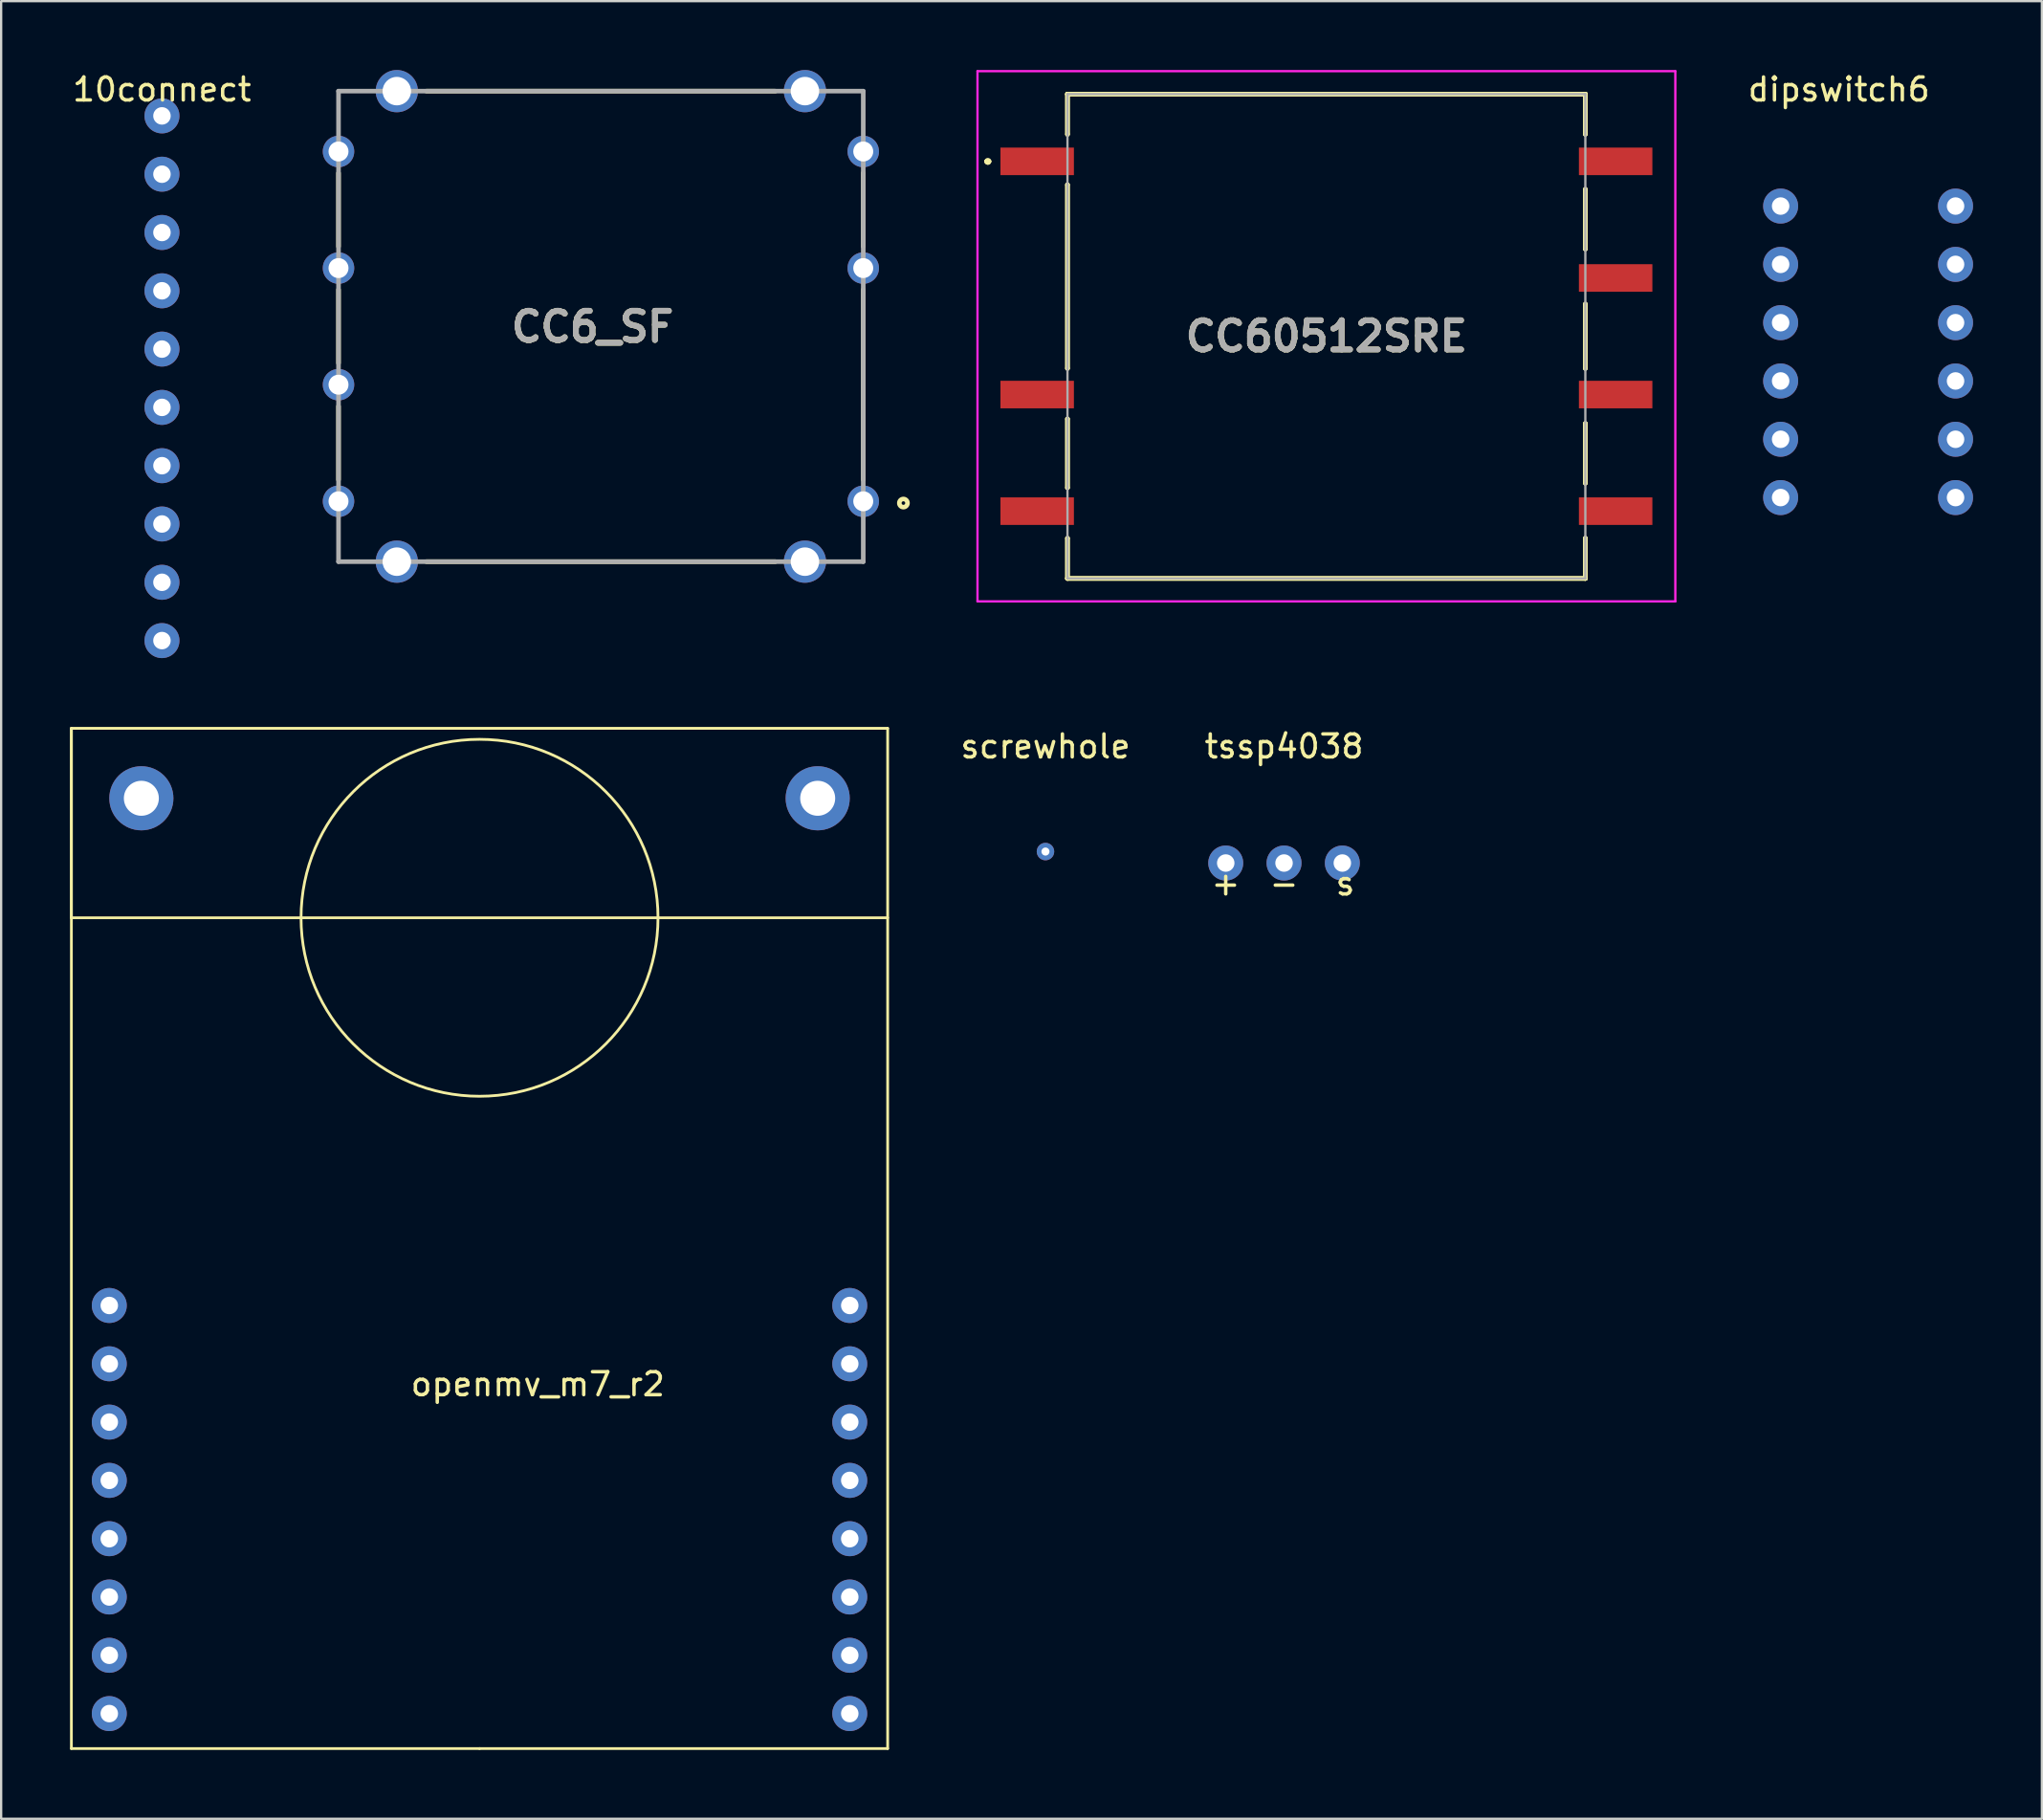
<source format=kicad_pcb>
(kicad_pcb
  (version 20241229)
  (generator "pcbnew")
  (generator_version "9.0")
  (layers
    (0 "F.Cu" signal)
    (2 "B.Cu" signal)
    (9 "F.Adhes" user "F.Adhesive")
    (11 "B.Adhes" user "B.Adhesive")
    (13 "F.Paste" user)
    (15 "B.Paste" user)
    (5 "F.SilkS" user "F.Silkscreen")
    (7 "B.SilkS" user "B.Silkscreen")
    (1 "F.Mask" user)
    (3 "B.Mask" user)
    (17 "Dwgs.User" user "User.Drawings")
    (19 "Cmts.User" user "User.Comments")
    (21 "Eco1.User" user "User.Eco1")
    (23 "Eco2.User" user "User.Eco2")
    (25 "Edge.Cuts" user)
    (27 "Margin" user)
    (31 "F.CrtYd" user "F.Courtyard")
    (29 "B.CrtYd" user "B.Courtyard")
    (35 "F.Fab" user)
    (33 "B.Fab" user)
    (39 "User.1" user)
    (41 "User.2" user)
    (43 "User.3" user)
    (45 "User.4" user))
  (footprint "tssp4038"
    (layer "F.Cu")
    (at 52.888 34.55)
    (property "Reference" "tssp4038" (at 0 -5.08 0) (layer "F.SilkS") (effects (font (size 1 1) (thickness 0.15))))
    (attr through_hole)
    (fp_text user "s" (at 2.667 0.889 0) (layer "F.SilkS") (effects (font (size 1 1) (thickness 0.15))))
    (fp_text user "-" (at 0 0.889 0) (layer "F.SilkS") (effects (font (size 1 1) (thickness 0.15))))
    (fp_text user "+" (at -2.54 0.889 0) (layer "F.SilkS") (effects (font (size 1 1) (thickness 0.15))))
    (pad "1" thru_hole circle (at -2.54 0) (size 1.524 1.524) (drill 0.762) (layers "*.Cu" "*.Mask"))
    (pad "2" thru_hole circle (at 0 0) (size 1.524 1.524) (drill 0.762) (layers "*.Cu" "*.Mask"))
    (pad "3" thru_hole circle (at 2.54 0) (size 1.524 1.524) (drill 0.762) (layers "*.Cu" "*.Mask")))
  (footprint "dipswitch6"
    (layer "F.Cu")
    (at 77.062 11.008)
    (property "Reference" "dipswitch6" (at 0 -10.16 0) (layer "F.SilkS") (effects (font (size 1 1) (thickness 0.15))))
    (attr through_hole)
    (pad "1" thru_hole circle (at -2.54 -5.08) (size 1.524 1.524) (drill 0.762) (layers "*.Cu" "*.Mask"))
    (pad "2" thru_hole circle (at -2.54 -2.54) (size 1.524 1.524) (drill 0.762) (layers "*.Cu" "*.Mask"))
    (pad "3" thru_hole circle (at -2.54 0) (size 1.524 1.524) (drill 0.762) (layers "*.Cu" "*.Mask"))
    (pad "4" thru_hole circle (at -2.54 2.54) (size 1.524 1.524) (drill 0.762) (layers "*.Cu" "*.Mask"))
    (pad "5" thru_hole circle (at -2.54 5.08) (size 1.524 1.524) (drill 0.762) (layers "*.Cu" "*.Mask"))
    (pad "6" thru_hole circle (at -2.54 7.62) (size 1.524 1.524) (drill 0.762) (layers "*.Cu" "*.Mask"))
    (pad "7" thru_hole circle (at 5.08 7.62) (size 1.524 1.524) (drill 0.762) (layers "*.Cu" "*.Mask"))
    (pad "8" thru_hole circle (at 5.08 5.08) (size 1.524 1.524) (drill 0.762) (layers "*.Cu" "*.Mask"))
    (pad "9" thru_hole circle (at 5.08 2.54) (size 1.524 1.524) (drill 0.762) (layers "*.Cu" "*.Mask"))
    (pad "10" thru_hole circle (at 5.08 0) (size 1.524 1.524) (drill 0.762) (layers "*.Cu" "*.Mask"))
    (pad "11" thru_hole circle (at 5.08 -2.54) (size 1.524 1.524) (drill 0.762) (layers "*.Cu" "*.Mask"))
    (pad "12" thru_hole circle (at 5.08 -5.08) (size 1.524 1.524) (drill 0.762) (layers "*.Cu" "*.Mask")))
  (footprint "10connect"
    (layer "F.Cu")
    (at 4.006 9.619)
    (property "Reference" "10connect" (at 0 -8.771 0) (layer "F.SilkS") (effects (font (size 1 1) (thickness 0.15))))
    (attr through_hole)
    (pad "1" thru_hole circle (at 0 -7.62) (size 1.524 1.524) (drill 0.762) (layers "*.Cu" "*.Mask"))
    (pad "2" thru_hole circle (at 0 -5.08) (size 1.524 1.524) (drill 0.762) (layers "*.Cu" "*.Mask"))
    (pad "3" thru_hole circle (at 0 -2.54) (size 1.524 1.524) (drill 0.762) (layers "*.Cu" "*.Mask"))
    (pad "4" thru_hole circle (at 0 0) (size 1.524 1.524) (drill 0.762) (layers "*.Cu" "*.Mask"))
    (pad "5" thru_hole circle (at 0 2.54) (size 1.524 1.524) (drill 0.762) (layers "*.Cu" "*.Mask"))
    (pad "6" thru_hole circle (at 0 5.08) (size 1.524 1.524) (drill 0.762) (layers "*.Cu" "*.Mask"))
    (pad "7" thru_hole circle (at 0 7.62) (size 1.524 1.524) (drill 0.762) (layers "*.Cu" "*.Mask"))
    (pad "8" thru_hole circle (at 0 10.16) (size 1.524 1.524) (drill 0.762) (layers "*.Cu" "*.Mask"))
    (pad "9" thru_hole circle (at 0 12.7) (size 1.524 1.524) (drill 0.762) (layers "*.Cu" "*.Mask"))
    (pad "10" thru_hole circle (at 0 15.24) (size 1.524 1.524) (drill 0.762) (layers "*.Cu" "*.Mask")))
  (footprint "openmv_m7_r2"
    (layer "F.Cu")
    (at 17.84 50.906)
    (property "Reference" "openmv_m7_r2" (at 2.54 6.35 0) (layer "F.SilkS") (effects (font (size 1 1) (thickness 0.15))))
    (attr through_hole)
    (fp_line (start -17.78 -22.225) (end -17.78 -13.97) (stroke (width 0.12) (type solid)) (layer "F.SilkS"))
    (fp_line (start -17.78 -22.225) (end -17.78 22.225) (stroke (width 0.12) (type solid)) (layer "F.SilkS"))
    (fp_line (start -17.78 -13.97) (end 17.78 -13.97) (stroke (width 0.12) (type solid)) (layer "F.SilkS"))
    (fp_line (start -17.78 22.225) (end 0 22.225) (stroke (width 0.12) (type solid)) (layer "F.SilkS"))
    (fp_line (start 0 22.225) (end 17.78 22.225) (stroke (width 0.12) (type solid)) (layer "F.SilkS"))
    (fp_line (start 17.78 -22.225) (end -17.78 -22.225) (stroke (width 0.12) (type solid)) (layer "F.SilkS"))
    (fp_line (start 17.78 22.225) (end 17.78 -22.225) (stroke (width 0.12) (type solid)) (layer "F.SilkS"))
    (fp_circle (center 0 -13.97) (end 6.096 -18.796) (stroke (width 0.12) (type solid)) (fill no) (layer "F.SilkS"))
    (pad "2" thru_hole circle (at -16.129 2.921) (size 1.524 1.524) (drill 0.762) (layers "*.Cu" "*.Mask"))
    (pad "3" thru_hole circle (at -16.129 5.461) (size 1.524 1.524) (drill 0.762) (layers "*.Cu" "*.Mask"))
    (pad "4" thru_hole circle (at -16.129 8.001) (size 1.524 1.524) (drill 0.762) (layers "*.Cu" "*.Mask"))
    (pad "5" thru_hole circle (at -16.129 10.541) (size 1.524 1.524) (drill 0.762) (layers "*.Cu" "*.Mask"))
    (pad "6" thru_hole circle (at -16.129 13.081) (size 1.524 1.524) (drill 0.762) (layers "*.Cu" "*.Mask"))
    (pad "7" thru_hole circle (at -16.129 15.621) (size 1.524 1.524) (drill 0.762) (layers "*.Cu" "*.Mask"))
    (pad "8" thru_hole circle (at -16.129 18.161) (size 1.524 1.524) (drill 0.762) (layers "*.Cu" "*.Mask"))
    (pad "9" thru_hole circle (at -16.129 20.701) (size 1.524 1.524) (drill 0.762) (layers "*.Cu" "*.Mask"))
    (pad "10" thru_hole circle (at 16.129 2.921) (size 1.524 1.524) (drill 0.762) (layers "*.Cu" "*.Mask"))
    (pad "11" thru_hole circle (at 16.129 5.461) (size 1.524 1.524) (drill 0.762) (layers "*.Cu" "*.Mask"))
    (pad "12" thru_hole circle (at 16.129 8.001) (size 1.524 1.524) (drill 0.762) (layers "*.Cu" "*.Mask"))
    (pad "13" thru_hole circle (at 16.129 10.541) (size 1.524 1.524) (drill 0.762) (layers "*.Cu" "*.Mask"))
    (pad "14" thru_hole circle (at 16.129 13.081) (size 1.524 1.524) (drill 0.762) (layers "*.Cu" "*.Mask"))
    (pad "15" thru_hole circle (at 16.129 15.621) (size 1.524 1.524) (drill 0.762) (layers "*.Cu" "*.Mask"))
    (pad "16" thru_hole circle (at 16.129 18.161) (size 1.524 1.524) (drill 0.762) (layers "*.Cu" "*.Mask"))
    (pad "17" thru_hole circle (at 16.129 20.701) (size 1.524 1.524) (drill 0.762) (layers "*.Cu" "*.Mask"))
    (pad "screw" thru_hole circle (at -14.732 -19.177) (size 2.794 2.794) (drill 1.524) (layers "*.Cu" "*.Mask"))
    (pad "screw" thru_hole circle (at 14.732 -19.177) (size 2.794 2.794) (drill 1.524) (layers "*.Cu" "*.Mask")))
  (footprint "CC6_SF"
    (layer "F.Cu")
    (at 11.697 6.09)
    (property "Reference" "CC6_SF" (at 11.065 5.098 0) (layer "F.SilkS") (effects (font (size 1.27 1.27) (thickness 0.254))))
    (attr through_hole)
    (fp_line (start 0 -1.6) (end 0 1.6) (stroke (width 0.2) (type solid)) (layer "F.SilkS"))
    (fp_line (start 0 3.48) (end 0 6.68) (stroke (width 0.2) (type solid)) (layer "F.SilkS"))
    (fp_line (start 0 8.56) (end 0 11.76) (stroke (width 0.2) (type solid)) (layer "F.SilkS"))
    (fp_line (start 3.83 -5.17) (end 19.03 -5.17) (stroke (width 0.2) (type solid)) (layer "F.SilkS"))
    (fp_line (start 3.83 15.33) (end 19.03 15.33) (stroke (width 0.2) (type solid)) (layer "F.SilkS"))
    (fp_line (start 22.86 -1.6) (end 22.86 1.6) (stroke (width 0.2) (type solid)) (layer "F.SilkS"))
    (fp_line (start 22.86 3.48) (end 22.86 11.76) (stroke (width 0.2) (type solid)) (layer "F.SilkS"))
    (fp_circle (center 24.609 12.777) (end 24.609 12.855) (stroke (width 0.2) (type solid)) (fill no) (layer "F.SilkS"))
    (fp_line (start 0 -5.17) (end 22.86 -5.17) (stroke (width 0.2) (type solid)) (layer "F.Fab"))
    (fp_line (start 0 15.33) (end 0 -5.17) (stroke (width 0.2) (type solid)) (layer "F.Fab"))
    (fp_line (start 22.86 -5.17) (end 22.86 15.33) (stroke (width 0.2) (type solid)) (layer "F.Fab"))
    (fp_line (start 22.86 15.33) (end 0 15.33) (stroke (width 0.2) (type solid)) (layer "F.Fab"))
    (fp_text user "${REFERENCE}" (at 11.065 5.098 0) (layer "F.Fab") (effects (font (size 1.27 1.27) (thickness 0.254))))
    (pad "1" thru_hole circle (at 22.86 12.7) (size 1.37 1.37) (drill 0.87) (layers "*.Cu" "*.Mask"))
    (pad "2" thru_hole circle (at 22.86 2.54) (size 1.37 1.37) (drill 0.87) (layers "*.Cu" "*.Mask"))
    (pad "3" thru_hole circle (at 22.86 -2.54) (size 1.37 1.37) (drill 0.87) (layers "*.Cu" "*.Mask"))
    (pad "4" thru_hole circle (at 0 -2.54) (size 1.37 1.37) (drill 0.87) (layers "*.Cu" "*.Mask"))
    (pad "5" thru_hole circle (at 0 2.54) (size 1.37 1.37) (drill 0.87) (layers "*.Cu" "*.Mask"))
    (pad "6" thru_hole circle (at 0 7.62) (size 1.37 1.37) (drill 0.87) (layers "*.Cu" "*.Mask"))
    (pad "7" thru_hole circle (at 0 12.7) (size 1.37 1.37) (drill 0.87) (layers "*.Cu" "*.Mask"))
    (pad "8" thru_hole circle (at 2.54 15.33) (size 1.84 1.84) (drill 1.24) (layers "*.Cu" "*.Mask"))
    (pad "9" thru_hole circle (at 20.32 15.33) (size 1.84 1.84) (drill 1.24) (layers "*.Cu" "*.Mask"))
    (pad "10" thru_hole circle (at 20.32 -5.17) (size 1.84 1.84) (drill 1.24) (layers "*.Cu" "*.Mask"))
    (pad "11" thru_hole circle (at 2.54 -5.17) (size 1.84 1.84) (drill 1.24) (layers "*.Cu" "*.Mask")))
  (footprint "screwhole"
    (layer "F.Cu")
    (at 42.495 34.05)
    (property "Reference" "screwhole" (at 0 -4.58 0) (layer "F.SilkS") (effects (font (size 1 1) (thickness 0.15))))
    (attr through_hole)
    (pad "1" thru_hole circle (at 0 0) (size 0.762 0.762) (drill 0.35) (layers "*.Cu" "*.Mask")))
  (footprint "CC60512SRE"
    (layer "F.Cu")
    (at 54.734 11.6)
    (property "Reference" "CC60512SRE" (at 0 0 0) (layer "F.SilkS") (effects (font (size 1.27 1.27) (thickness 0.254))))
    (attr smd)
    (fp_line (start -14.8 -7.62) (end -14.8 -7.62) (stroke (width 0.2) (type solid)) (layer "F.SilkS"))
    (fp_line (start -14.8 -7.62) (end -14.8 -7.62) (stroke (width 0.2) (type solid)) (layer "F.SilkS"))
    (fp_line (start -14.7 -7.62) (end -14.7 -7.62) (stroke (width 0.2) (type solid)) (layer "F.SilkS"))
    (fp_line (start -11.28 -10.55) (end -11.28 -10.55) (stroke (width 0.2) (type solid)) (layer "F.SilkS"))
    (fp_line (start -11.28 -10.55) (end -11.28 -10.55) (stroke (width 0.2) (type solid)) (layer "F.SilkS"))
    (fp_line (start -11.28 -10.55) (end -11.28 -8.8) (stroke (width 0.2) (type solid)) (layer "F.SilkS"))
    (fp_line (start -11.28 -10.55) (end 11.28 -10.55) (stroke (width 0.2) (type solid)) (layer "F.SilkS"))
    (fp_line (start -11.28 -8.8) (end -11.28 -10.55) (stroke (width 0.2) (type solid)) (layer "F.SilkS"))
    (fp_line (start -11.28 -8.8) (end -11.28 -8.8) (stroke (width 0.2) (type solid)) (layer "F.SilkS"))
    (fp_line (start -11.28 -6.6) (end -11.28 -6.6) (stroke (width 0.2) (type solid)) (layer "F.SilkS"))
    (fp_line (start -11.28 -6.6) (end -11.28 1.4) (stroke (width 0.2) (type solid)) (layer "F.SilkS"))
    (fp_line (start -11.28 1.4) (end -11.28 -6.6) (stroke (width 0.2) (type solid)) (layer "F.SilkS"))
    (fp_line (start -11.28 1.4) (end -11.28 1.4) (stroke (width 0.2) (type solid)) (layer "F.SilkS"))
    (fp_line (start -11.28 3.6) (end -11.28 3.6) (stroke (width 0.2) (type solid)) (layer "F.SilkS"))
    (fp_line (start -11.28 3.6) (end -11.28 6.6) (stroke (width 0.2) (type solid)) (layer "F.SilkS"))
    (fp_line (start -11.28 6.6) (end -11.28 3.6) (stroke (width 0.2) (type solid)) (layer "F.SilkS"))
    (fp_line (start -11.28 6.6) (end -11.28 6.6) (stroke (width 0.2) (type solid)) (layer "F.SilkS"))
    (fp_line (start -11.28 8.8) (end -11.28 8.8) (stroke (width 0.2) (type solid)) (layer "F.SilkS"))
    (fp_line (start -11.28 8.8) (end -11.28 10.55) (stroke (width 0.2) (type solid)) (layer "F.SilkS"))
    (fp_line (start -11.28 10.55) (end -11.28 8.8) (stroke (width 0.2) (type solid)) (layer "F.SilkS"))
    (fp_line (start -11.28 10.55) (end -11.28 10.55) (stroke (width 0.2) (type solid)) (layer "F.SilkS"))
    (fp_line (start -11.28 10.55) (end -11.28 10.55) (stroke (width 0.2) (type solid)) (layer "F.SilkS"))
    (fp_line (start -11.28 10.55) (end 11.28 10.55) (stroke (width 0.2) (type solid)) (layer "F.SilkS"))
    (fp_line (start 11.28 -10.55) (end -11.28 -10.55) (stroke (width 0.2) (type solid)) (layer "F.SilkS"))
    (fp_line (start 11.28 -10.55) (end 11.28 -10.55) (stroke (width 0.2) (type solid)) (layer "F.SilkS"))
    (fp_line (start 11.28 -10.55) (end 11.28 -10.55) (stroke (width 0.2) (type solid)) (layer "F.SilkS"))
    (fp_line (start 11.28 -10.55) (end 11.28 -8.8) (stroke (width 0.2) (type solid)) (layer "F.SilkS"))
    (fp_line (start 11.28 -8.8) (end 11.28 -10.55) (stroke (width 0.2) (type solid)) (layer "F.SilkS"))
    (fp_line (start 11.28 -8.8) (end 11.28 -8.8) (stroke (width 0.2) (type solid)) (layer "F.SilkS"))
    (fp_line (start 11.28 -6.4) (end 11.28 -6.4) (stroke (width 0.2) (type solid)) (layer "F.SilkS"))
    (fp_line (start 11.28 -6.4) (end 11.28 -3.8) (stroke (width 0.2) (type solid)) (layer "F.SilkS"))
    (fp_line (start 11.28 -3.8) (end 11.28 -6.4) (stroke (width 0.2) (type solid)) (layer "F.SilkS"))
    (fp_line (start 11.28 -3.8) (end 11.28 -3.8) (stroke (width 0.2) (type solid)) (layer "F.SilkS"))
    (fp_line (start 11.28 -1.4) (end 11.28 -1.4) (stroke (width 0.2) (type solid)) (layer "F.SilkS"))
    (fp_line (start 11.28 -1.4) (end 11.28 1.4) (stroke (width 0.2) (type solid)) (layer "F.SilkS"))
    (fp_line (start 11.28 1.4) (end 11.28 -1.4) (stroke (width 0.2) (type solid)) (layer "F.SilkS"))
    (fp_line (start 11.28 1.4) (end 11.28 1.4) (stroke (width 0.2) (type solid)) (layer "F.SilkS"))
    (fp_line (start 11.28 3.8) (end 11.28 3.8) (stroke (width 0.2) (type solid)) (layer "F.SilkS"))
    (fp_line (start 11.28 3.8) (end 11.28 6.4) (stroke (width 0.2) (type solid)) (layer "F.SilkS"))
    (fp_line (start 11.28 6.4) (end 11.28 3.8) (stroke (width 0.2) (type solid)) (layer "F.SilkS"))
    (fp_line (start 11.28 6.4) (end 11.28 6.4) (stroke (width 0.2) (type solid)) (layer "F.SilkS"))
    (fp_line (start 11.28 8.8) (end 11.28 8.8) (stroke (width 0.2) (type solid)) (layer "F.SilkS"))
    (fp_line (start 11.28 8.8) (end 11.28 10.55) (stroke (width 0.2) (type solid)) (layer "F.SilkS"))
    (fp_line (start 11.28 10.55) (end -11.28 10.55) (stroke (width 0.2) (type solid)) (layer "F.SilkS"))
    (fp_line (start 11.28 10.55) (end 11.28 8.8) (stroke (width 0.2) (type solid)) (layer "F.SilkS"))
    (fp_line (start 11.28 10.55) (end 11.28 10.55) (stroke (width 0.2) (type solid)) (layer "F.SilkS"))
    (fp_line (start 11.28 10.55) (end 11.28 10.55) (stroke (width 0.2) (type solid)) (layer "F.SilkS"))
    (fp_arc (start -14.8 -7.62) (mid -14.75 -7.67) (end -14.7 -7.62) (stroke (width 0.2) (type solid)) (layer "F.SilkS"))
    (fp_arc (start -14.7 -7.62) (mid -14.75 -7.57) (end -14.8 -7.62) (stroke (width 0.2) (type solid)) (layer "F.SilkS"))
    (fp_arc (start -14.7 -7.62) (mid -14.75 -7.57) (end -14.8 -7.62) (stroke (width 0.2) (type solid)) (layer "F.SilkS"))
    (fp_line (start -15.2 -11.55) (end 15.2 -11.55) (stroke (width 0.1) (type solid)) (layer "F.CrtYd"))
    (fp_line (start -15.2 11.55) (end -15.2 -11.55) (stroke (width 0.1) (type solid)) (layer "F.CrtYd"))
    (fp_line (start 15.2 -11.55) (end 15.2 11.55) (stroke (width 0.1) (type solid)) (layer "F.CrtYd"))
    (fp_line (start 15.2 11.55) (end -15.2 11.55) (stroke (width 0.1) (type solid)) (layer "F.CrtYd"))
    (fp_line (start -11.28 -10.55) (end -11.28 10.55) (stroke (width 0.1) (type solid)) (layer "F.Fab"))
    (fp_line (start -11.28 10.55) (end 11.28 10.55) (stroke (width 0.1) (type solid)) (layer "F.Fab"))
    (fp_line (start 11.28 -10.55) (end -11.28 -10.55) (stroke (width 0.1) (type solid)) (layer "F.Fab"))
    (fp_line (start 11.28 10.55) (end 11.28 -10.55) (stroke (width 0.1) (type solid)) (layer "F.Fab"))
    (fp_text user "${REFERENCE}" (at 0 0 0) (layer "F.Fab") (effects (font (size 1.27 1.27) (thickness 0.254))))
    (pad "1" smd rect (at -12.6 -7.62 90) (size 1.2 3.2) (layers "F.Cu" "F.Mask" "F.Paste"))
    (pad "2" smd rect (at -12.6 2.54 90) (size 1.2 3.2) (layers "F.Cu" "F.Mask" "F.Paste"))
    (pad "3" smd rect (at -12.6 7.62 90) (size 1.2 3.2) (layers "F.Cu" "F.Mask" "F.Paste"))
    (pad "4" smd rect (at 12.6 7.62 90) (size 1.2 3.2) (layers "F.Cu" "F.Mask" "F.Paste"))
    (pad "5" smd rect (at 12.6 2.54 90) (size 1.2 3.2) (layers "F.Cu" "F.Mask" "F.Paste"))
    (pad "6" smd rect (at 12.6 -2.54 90) (size 1.2 3.2) (layers "F.Cu" "F.Mask" "F.Paste"))
    (pad "7" smd rect (at 12.6 -7.62 90) (size 1.2 3.2) (layers "F.Cu" "F.Mask" "F.Paste")))
  (gr_rect
    (start -3 -3)
    (end 85.904 76.191)
    (stroke (width 0.1) (type default))
    (fill no)
    (layer "Edge.Cuts")))
</source>
